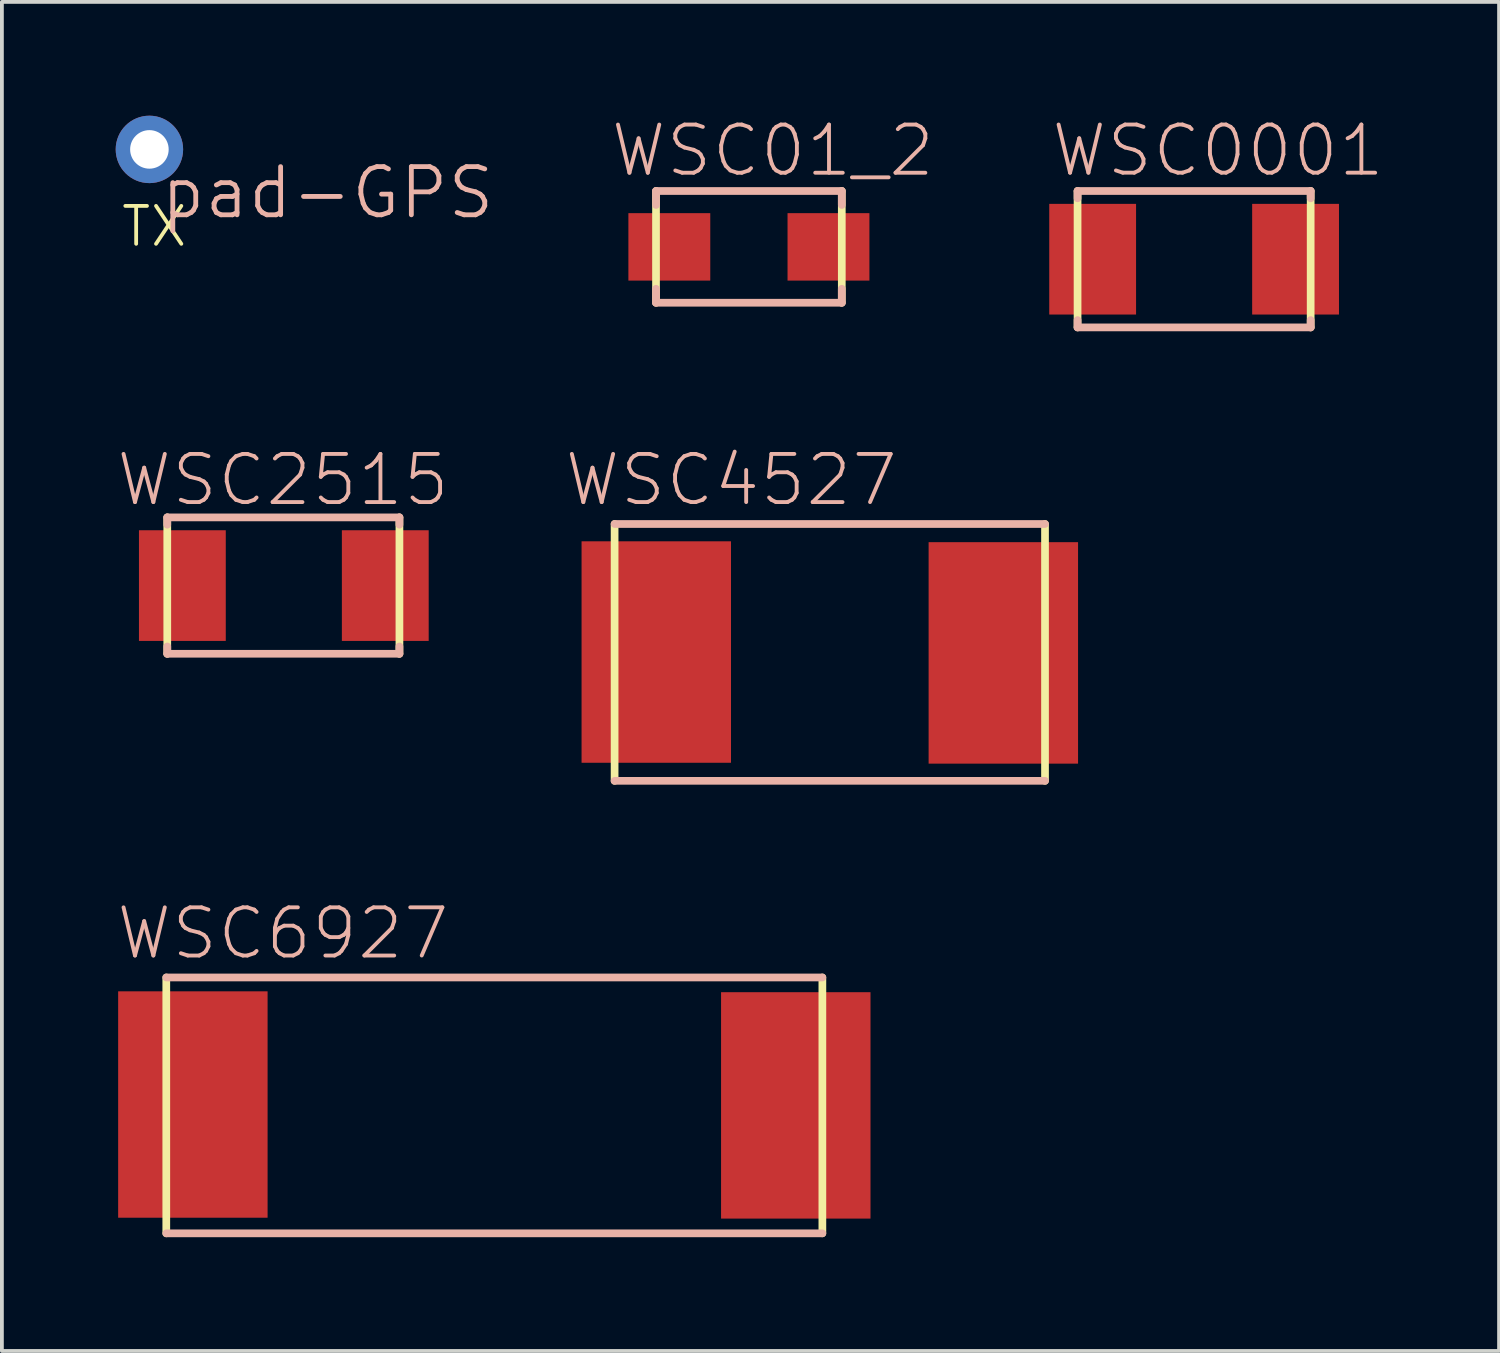
<source format=kicad_pcb>
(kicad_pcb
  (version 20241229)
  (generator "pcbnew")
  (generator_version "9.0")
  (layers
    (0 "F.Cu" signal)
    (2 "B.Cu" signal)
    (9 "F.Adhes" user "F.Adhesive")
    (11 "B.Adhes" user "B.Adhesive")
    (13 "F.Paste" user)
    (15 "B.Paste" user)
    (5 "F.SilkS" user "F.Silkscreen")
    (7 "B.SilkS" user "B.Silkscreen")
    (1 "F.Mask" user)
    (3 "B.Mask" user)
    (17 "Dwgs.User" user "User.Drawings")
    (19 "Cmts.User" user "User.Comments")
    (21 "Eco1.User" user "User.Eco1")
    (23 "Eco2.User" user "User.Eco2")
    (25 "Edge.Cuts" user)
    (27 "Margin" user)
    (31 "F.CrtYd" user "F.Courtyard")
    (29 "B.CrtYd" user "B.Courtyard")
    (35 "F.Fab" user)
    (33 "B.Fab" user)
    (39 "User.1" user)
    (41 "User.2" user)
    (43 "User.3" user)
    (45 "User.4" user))
  (footprint "WSC0001"
    (layer "F.Cu")
    (at 28.433 3.784)
    (property "Reference" "WSC0001" (at 0.63 -2.863 0) (layer "B.SilkS") (effects (font (size 1.27 1.27) (thickness 0.102))))
    (attr smd)
    (fp_line (start -3.073 -1.798) (end -3.073 1.798) (stroke (width 0.203) (type solid)) (layer "F.SilkS"))
    (fp_line (start 3.073 1.798) (end 3.073 -1.798) (stroke (width 0.203) (type solid)) (layer "F.SilkS"))
    (fp_line (start -3.073 -1.798) (end -3.073 -1.605) (stroke (width 0.203) (type solid)) (layer "B.SilkS"))
    (fp_line (start -3.073 1.605) (end -3.073 1.798) (stroke (width 0.203) (type solid)) (layer "B.SilkS"))
    (fp_line (start -3.073 1.798) (end 3.073 1.798) (stroke (width 0.203) (type solid)) (layer "B.SilkS"))
    (fp_line (start 3.073 -1.798) (end -3.073 -1.798) (stroke (width 0.203) (type solid)) (layer "B.SilkS"))
    (fp_line (start 3.073 -1.605) (end 3.073 -1.798) (stroke (width 0.203) (type solid)) (layer "B.SilkS"))
    (fp_line (start 3.073 1.798) (end 3.073 1.605) (stroke (width 0.203) (type solid)) (layer "B.SilkS"))
    (pad "1" smd rect (at -2.675 0) (size 2.289 2.918) (layers "F.Cu" "F.Mask" "F.Paste"))
    (pad "2" smd rect (at 2.675 0) (size 2.289 2.918) (layers "F.Cu" "F.Mask" "F.Paste")))
  (footprint "WSC01_2"
    (layer "F.Cu")
    (at 16.695 3.459)
    (property "Reference" "WSC01_2" (at 0.63 -2.537 0) (layer "B.SilkS") (effects (font (size 1.27 1.27) (thickness 0.102))))
    (attr smd)
    (fp_line (start -2.449 -1.473) (end -2.449 1.473) (stroke (width 0.203) (type solid)) (layer "F.SilkS"))
    (fp_line (start 2.449 1.473) (end 2.449 -1.473) (stroke (width 0.203) (type solid)) (layer "F.SilkS"))
    (fp_line (start -2.449 -1.473) (end -2.449 -1.105) (stroke (width 0.203) (type solid)) (layer "B.SilkS"))
    (fp_line (start -2.449 1.105) (end -2.449 1.473) (stroke (width 0.203) (type solid)) (layer "B.SilkS"))
    (fp_line (start -2.449 1.473) (end 2.449 1.473) (stroke (width 0.203) (type solid)) (layer "B.SilkS"))
    (fp_line (start 2.449 -1.473) (end -2.449 -1.473) (stroke (width 0.203) (type solid)) (layer "B.SilkS"))
    (fp_line (start 2.449 -1.105) (end 2.449 -1.473) (stroke (width 0.203) (type solid)) (layer "B.SilkS"))
    (fp_line (start 2.449 1.473) (end 2.449 1.105) (stroke (width 0.203) (type solid)) (layer "B.SilkS"))
    (pad "1" smd rect (at -2.098 0) (size 2.159 1.778) (layers "F.Cu" "F.Mask" "F.Paste"))
    (pad "2" smd rect (at 2.098 0) (size 2.159 1.778) (layers "F.Cu" "F.Mask" "F.Paste")))
  (footprint "WSC4527"
    (layer "F.Cu")
    (at 18.828 14.164)
    (property "Reference" "WSC4527" (at -2.598 -4.559 0) (layer "B.SilkS") (effects (font (size 1.27 1.27) (thickness 0.102))))
    (attr smd)
    (fp_line (start -5.674 -3.399) (end -5.674 3.373) (stroke (width 0.203) (type solid)) (layer "F.SilkS"))
    (fp_line (start 5.674 3.373) (end 5.674 -3.399) (stroke (width 0.203) (type solid)) (layer "F.SilkS"))
    (fp_line (start -5.674 3.373) (end 5.674 3.373) (stroke (width 0.203) (type solid)) (layer "B.SilkS"))
    (fp_line (start 5.674 -3.399) (end -5.674 -3.399) (stroke (width 0.203) (type solid)) (layer "B.SilkS"))
    (pad "1" smd rect (at -4.575 -0.023) (size 3.94 5.839) (layers "F.Cu" "F.Mask" "F.Paste"))
    (pad "2" smd rect (at 4.575 0) (size 3.94 5.839) (layers "F.Cu" "F.Mask" "F.Paste")))
  (footprint "pad-GPS"
    (layer "F.Cu")
    (at 0.889 0.889)
    (property "Reference" "pad-GPS" (at 4.699 1.143 0) (layer "B.SilkS") (effects (font (size 1.27 1.27) (thickness 0.127))))
    (attr exclude_from_pos_files exclude_from_bom)
    (fp_text user "TX" (at 0.127 2.032 180) (layer "F.SilkS") (effects (font (size 1 1) (thickness 0.1))))
    (pad "1" thru_hole circle (at 0 0) (size 1.778 1.778) (drill 1.016) (layers "*.Cu" "*.Mask")))
  (footprint "WSC2515"
    (layer "F.Cu")
    (at 4.433 12.389)
    (property "Reference" "WSC2515" (at -0.023 -2.784 0) (layer "B.SilkS") (effects (font (size 1.27 1.27) (thickness 0.102))))
    (attr smd)
    (fp_line (start -3.073 -1.798) (end -3.073 1.798) (stroke (width 0.203) (type solid)) (layer "F.SilkS"))
    (fp_line (start 3.048 1.798) (end 3.048 -1.798) (stroke (width 0.203) (type solid)) (layer "F.SilkS"))
    (fp_line (start -3.073 -1.798) (end -3.073 -1.605) (stroke (width 0.203) (type solid)) (layer "B.SilkS"))
    (fp_line (start -3.073 1.605) (end -3.073 1.798) (stroke (width 0.203) (type solid)) (layer "B.SilkS"))
    (fp_line (start -3.073 1.798) (end 3.048 1.798) (stroke (width 0.203) (type solid)) (layer "B.SilkS"))
    (fp_line (start 3.048 -1.798) (end -3.073 -1.798) (stroke (width 0.203) (type solid)) (layer "B.SilkS"))
    (fp_line (start 3.048 -1.605) (end 3.048 -1.798) (stroke (width 0.203) (type solid)) (layer "B.SilkS"))
    (fp_line (start 3.048 1.798) (end 3.048 1.605) (stroke (width 0.203) (type solid)) (layer "B.SilkS"))
    (pad "1" smd rect (at -2.675 0) (size 2.289 2.918) (layers "F.Cu" "F.Mask" "F.Paste"))
    (pad "2" smd rect (at 2.675 0) (size 2.289 2.918) (layers "F.Cu" "F.Mask" "F.Paste")))
  (footprint "WSC6927"
    (layer "F.Cu")
    (at 9.983 26.094)
    (property "Reference" "WSC6927" (at -5.573 -4.534 0) (layer "B.SilkS") (effects (font (size 1.27 1.27) (thickness 0.102))))
    (attr smd)
    (fp_line (start -8.649 -3.373) (end -8.649 3.373) (stroke (width 0.203) (type solid)) (layer "F.SilkS"))
    (fp_line (start 8.649 3.373) (end 8.649 -3.373) (stroke (width 0.203) (type solid)) (layer "F.SilkS"))
    (fp_line (start -8.649 3.373) (end 8.649 3.373) (stroke (width 0.203) (type solid)) (layer "B.SilkS"))
    (fp_line (start 8.649 -3.373) (end -8.649 -3.373) (stroke (width 0.203) (type solid)) (layer "B.SilkS"))
    (pad "1" smd rect (at -7.948 -0.023) (size 3.94 5.969) (layers "F.Cu" "F.Mask" "F.Paste"))
    (pad "2" smd rect (at 7.948 0) (size 3.94 5.969) (layers "F.Cu" "F.Mask" "F.Paste")))
  (gr_rect
    (start -3 -3)
    (end 36.473 32.569)
    (stroke (width 0.1) (type default))
    (fill no)
    (layer "Edge.Cuts")))
</source>
